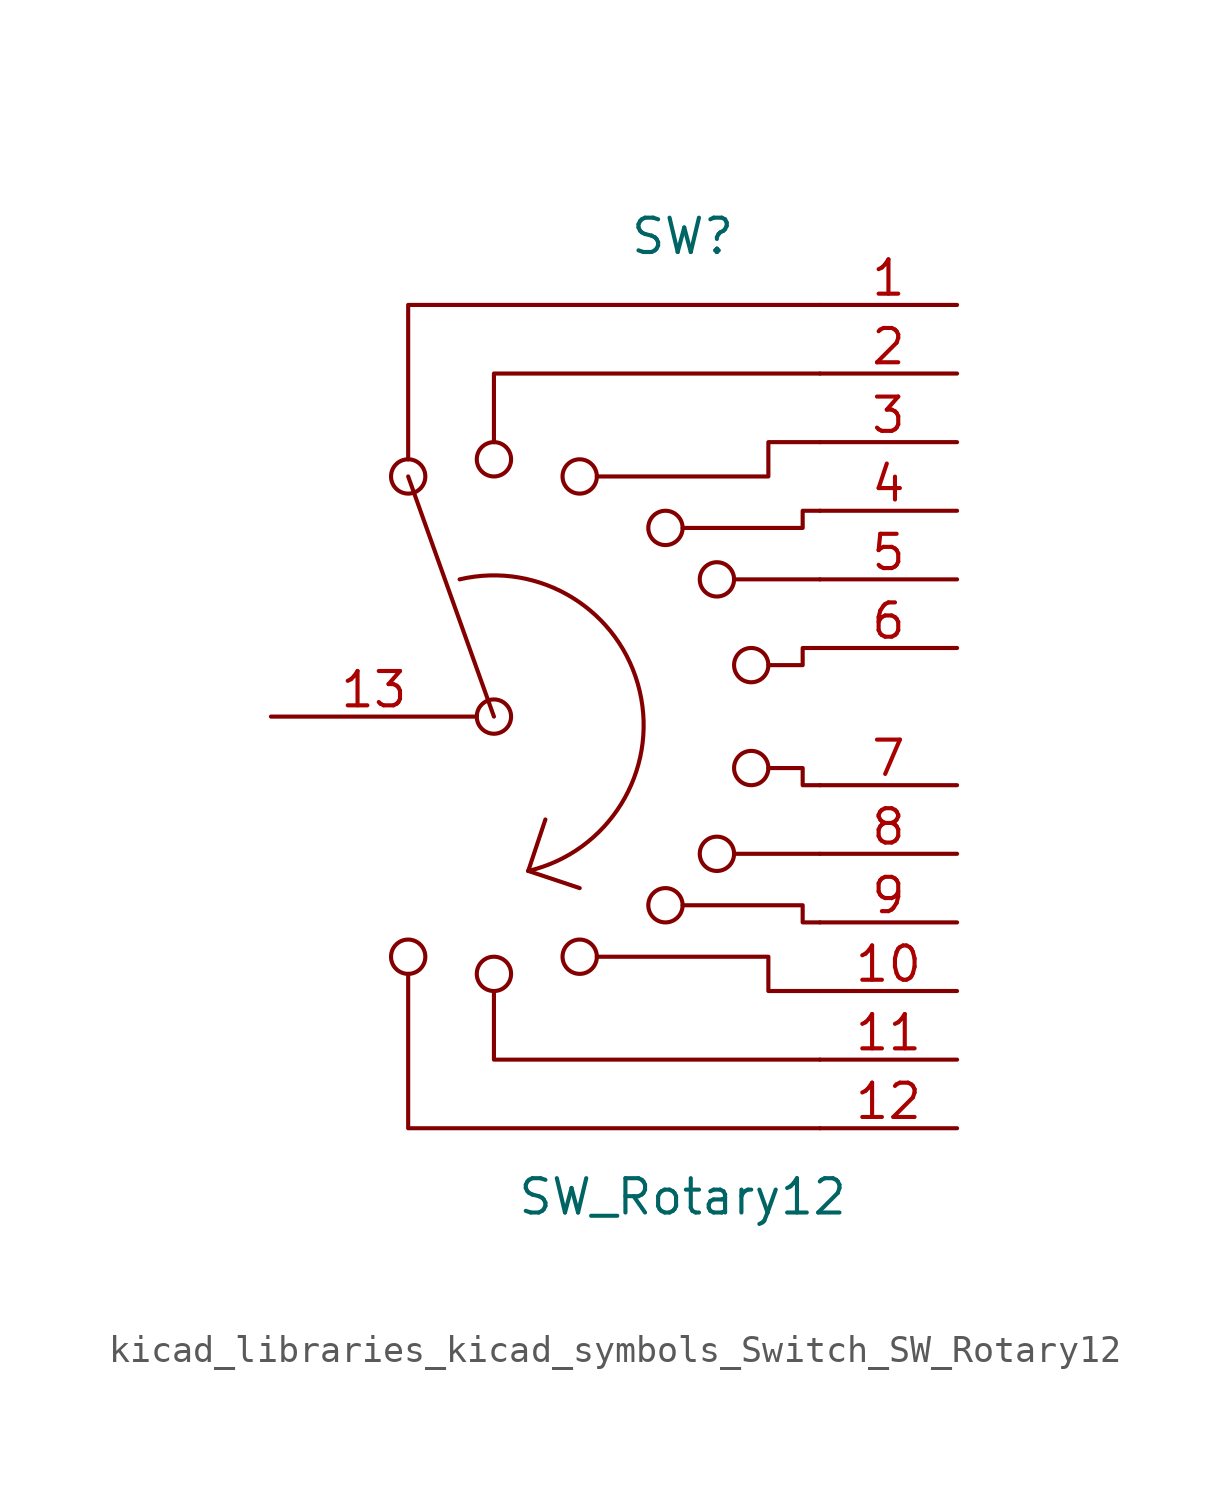
<source format=kicad_sym>
(kicad_symbol_lib
  (version 20220914)
  (generator kicad_symbol_editor)
  (symbol "kicad_libraries_kicad_symbols_Switch_SW_Rotary12"
    (pin_names
      (offset 1.016) hide)
    (property "Reference" "SW"
      (at 0 17.78 0)
      (effects (font (size 1.27 1.27))))
    (property "Value" "SW_Rotary12"
      (at 0 -17.78 0)
      (effects (font (size 1.27 1.27))))
    (symbol "kicad_libraries_kicad_symbols_Switch_SW_Rotary12_0_0"
      (circle (center -10.16 -8.89) (radius 0.635) (stroke (width 0) (type default)) (fill (type none)))
      (circle (center -10.16 8.89) (radius 0.635) (stroke (width 0) (type default)) (fill (type none)))
      (circle (center -6.985 -9.525) (radius 0.635) (stroke (width 0) (type default)) (fill (type none)))
      (circle (center -6.985 0) (radius 0.635) (stroke (width 0) (type default)) (fill (type none)))
      (circle (center -6.985 9.525) (radius 0.635) (stroke (width 0) (type default)) (fill (type none)))
      (arc (start -5.715 -5.715) (mid -1.5995 0.937) (end -8.255 5.08) (stroke (width 0) (type default)) (fill (type none)))
      (circle (center -3.81 -8.89) (radius 0.635) (stroke (width 0) (type default)) (fill (type none)))
      (circle (center -3.81 8.89) (radius 0.635) (stroke (width 0) (type default)) (fill (type none)))
      (circle (center -0.635 -6.985) (radius 0.635) (stroke (width 0) (type default)) (fill (type none)))
      (circle (center -0.635 6.985) (radius 0.635) (stroke (width 0) (type default)) (fill (type none)))
      (polyline (pts (xy -6.985 0) (xy -10.16 8.89)) (stroke (width 0) (type default)) (fill (type none)))
      (polyline (pts (xy -5.715 -5.715) (xy -5.08 -3.81)) (stroke (width 0) (type default)) (fill (type none)))
      (polyline (pts (xy -5.715 -5.715) (xy -3.81 -6.35)) (stroke (width 0) (type default)) (fill (type none)))
      (polyline (pts (xy 1.905 -5.08) (xy 5.08 -5.08)) (stroke (width 0) (type default)) (fill (type none)))
      (polyline (pts (xy 1.905 5.08) (xy 5.08 5.08)) (stroke (width 0) (type default)) (fill (type none)))
      (polyline (pts (xy -10.16 -9.525) (xy -10.16 -15.24) (xy 5.08 -15.24)) (stroke (width 0) (type default)) (fill (type none)))
      (polyline (pts (xy -10.16 9.525) (xy -10.16 15.24) (xy 5.08 15.24)) (stroke (width 0) (type default)) (fill (type none)))
      (polyline (pts (xy -6.985 -10.16) (xy -6.985 -12.7) (xy 5.08 -12.7)) (stroke (width 0) (type default)) (fill (type none)))
      (polyline (pts (xy -6.985 10.16) (xy -6.985 12.7) (xy 5.08 12.7)) (stroke (width 0) (type default)) (fill (type none)))
      (polyline (pts (xy -3.175 -8.89) (xy 3.175 -8.89) (xy 3.175 -10.16) (xy 5.08 -10.16)) (stroke (width 0) (type default)) (fill (type none)))
      (polyline (pts (xy -3.175 8.89) (xy 3.175 8.89) (xy 3.175 10.16) (xy 5.08 10.16)) (stroke (width 0) (type default)) (fill (type none)))
      (polyline (pts (xy 0 -6.985) (xy 4.445 -6.985) (xy 4.445 -7.62) (xy 5.08 -7.62)) (stroke (width 0) (type default)) (fill (type none)))
      (polyline (pts (xy 0 6.985) (xy 4.445 6.985) (xy 4.445 7.62) (xy 5.08 7.62)) (stroke (width 0) (type default)) (fill (type none)))
      (polyline (pts (xy 3.175 -1.905) (xy 4.445 -1.905) (xy 4.445 -2.54) (xy 5.08 -2.54)) (stroke (width 0) (type default)) (fill (type none)))
      (polyline (pts (xy 3.175 1.905) (xy 4.445 1.905) (xy 4.445 2.54) (xy 5.08 2.54)) (stroke (width 0) (type default)) (fill (type none)))
      (circle (center 1.27 -5.08) (radius 0.635) (stroke (width 0) (type default)) (fill (type none)))
      (circle (center 1.27 5.08) (radius 0.635) (stroke (width 0) (type default)) (fill (type none)))
      (circle (center 2.54 -1.905) (radius 0.635) (stroke (width 0) (type default)) (fill (type none)))
      (circle (center 2.54 1.905) (radius 0.635) (stroke (width 0) (type default)) (fill (type none))))
    (symbol "kicad_libraries_kicad_symbols_Switch_SW_Rotary12_0_1"
      (pin passive line (at 10.16 15.24 180) (length 5.08) (name "1" (effects (font (size 1.27 1.27)))) (number "1" (effects (font (size 1.27 1.27)))))
      (pin passive line (at 10.16 -10.16 180) (length 5.08) (name "10" (effects (font (size 1.27 1.27)))) (number "10" (effects (font (size 1.27 1.27)))))
      (pin passive line (at 10.16 -12.7 180) (length 5.08) (name "11" (effects (font (size 1.27 1.27)))) (number "11" (effects (font (size 1.27 1.27)))))
      (pin passive line (at 10.16 -15.24 180) (length 5.08) (name "12" (effects (font (size 1.27 1.27)))) (number "12" (effects (font (size 1.27 1.27)))))
      (pin passive line (at -15.24 0 0) (length 7.62) (name "13" (effects (font (size 1.27 1.27)))) (number "13" (effects (font (size 1.27 1.27)))))
      (pin passive line (at 10.16 12.7 180) (length 5.08) (name "2" (effects (font (size 1.27 1.27)))) (number "2" (effects (font (size 1.27 1.27)))))
      (pin passive line (at 10.16 10.16 180) (length 5.08) (name "3" (effects (font (size 1.27 1.27)))) (number "3" (effects (font (size 1.27 1.27)))))
      (pin passive line (at 10.16 7.62 180) (length 5.08) (name "4" (effects (font (size 1.27 1.27)))) (number "4" (effects (font (size 1.27 1.27)))))
      (pin passive line (at 10.16 5.08 180) (length 5.08) (name "5" (effects (font (size 1.27 1.27)))) (number "5" (effects (font (size 1.27 1.27)))))
      (pin passive line (at 10.16 2.54 180) (length 5.08) (name "6" (effects (font (size 1.27 1.27)))) (number "6" (effects (font (size 1.27 1.27)))))
      (pin passive line (at 10.16 -2.54 180) (length 5.08) (name "7" (effects (font (size 1.27 1.27)))) (number "7" (effects (font (size 1.27 1.27)))))
      (pin passive line (at 10.16 -5.08 180) (length 5.08) (name "8" (effects (font (size 1.27 1.27)))) (number "8" (effects (font (size 1.27 1.27)))))
      (pin passive line (at 10.16 -7.62 180) (length 5.08) (name "9" (effects (font (size 1.27 1.27)))) (number "9" (effects (font (size 1.27 1.27))))))))
</source>
